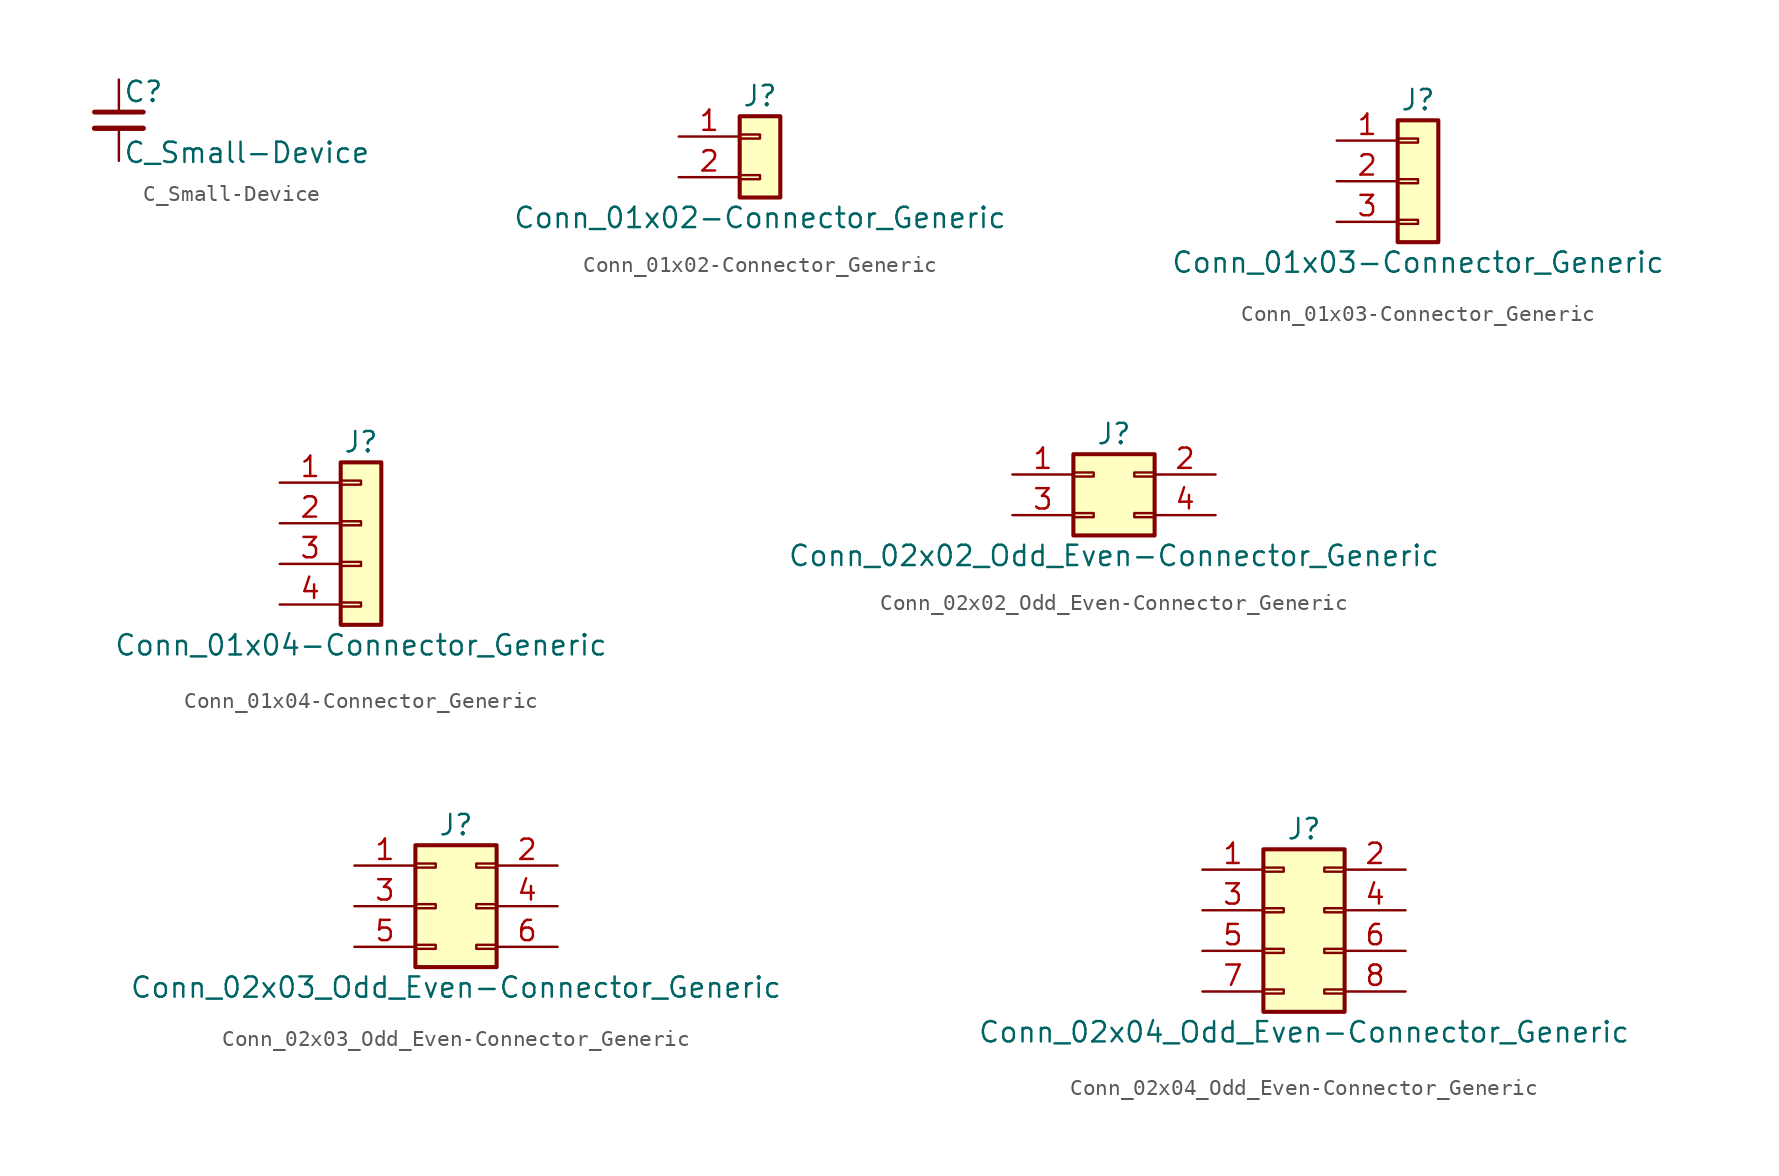
<source format=kicad_sym>
(kicad_symbol_lib
  (version 20210619)
  (generator kicad_symbol_editor)
  (symbol "ads131:C_Small-Device"
    (pin_numbers hide)
    (pin_names
      (offset 0.254) hide)
    (property "Reference" "C"
      (at 0.254 1.778 0)
      (effects (font (size 1.27 1.27)) (justify left)))
    (property "Value" "C_Small-Device"
      (at 0.254 -2.032 0)
      (effects (font (size 1.27 1.27)) (justify left)))
    (symbol "C_Small-Device_0_1"
      (polyline (pts (xy -1.524 -0.508) (xy 1.524 -0.508)) (stroke (width 0.33)) (fill (type none)))
      (polyline (pts (xy -1.524 0.508) (xy 1.524 0.508)) (stroke (width 0.305)) (fill (type none))))
    (symbol "C_Small-Device_1_1"
      (pin passive line (at 0 2.54 270) (length 2.032) (name "~" (effects (font (size 1.27 1.27)))) (number "1" (effects (font (size 1.27 1.27)))))
      (pin passive line (at 0 -2.54 90) (length 2.032) (name "~" (effects (font (size 1.27 1.27)))) (number "2" (effects (font (size 1.27 1.27)))))))
  (symbol "ads131:Conn_01x02-Connector_Generic"
    (pin_names
      (offset 1.016) hide)
    (property "Reference" "J"
      (at 0 2.54 0)
      (effects (font (size 1.27 1.27))))
    (property "Value" "Conn_01x02-Connector_Generic"
      (at 0 -5.08 0)
      (effects (font (size 1.27 1.27))))
    (symbol "Conn_01x02-Connector_Generic_1_1"
      (rectangle (start -1.27 -2.413) (end 0 -2.667) (stroke (width 0.152)) (fill (type none)))
      (rectangle (start -1.27 0.127) (end 0 -0.127) (stroke (width 0.152)) (fill (type none)))
      (rectangle (start -1.27 1.27) (end 1.27 -3.81) (stroke (width 0.254)) (fill (type background)))
      (pin passive line (at -5.08 0 0) (length 3.81) (name "Pin_1" (effects (font (size 1.27 1.27)))) (number "1" (effects (font (size 1.27 1.27)))))
      (pin passive line (at -5.08 -2.54 0) (length 3.81) (name "Pin_2" (effects (font (size 1.27 1.27)))) (number "2" (effects (font (size 1.27 1.27)))))))
  (symbol "ads131:Conn_01x03-Connector_Generic"
    (pin_names
      (offset 1.016) hide)
    (property "Reference" "J"
      (at 0 5.08 0)
      (effects (font (size 1.27 1.27))))
    (property "Value" "Conn_01x03-Connector_Generic"
      (at 0 -5.08 0)
      (effects (font (size 1.27 1.27))))
    (symbol "Conn_01x03-Connector_Generic_1_1"
      (rectangle (start -1.27 -2.413) (end 0 -2.667) (stroke (width 0.152)) (fill (type none)))
      (rectangle (start -1.27 0.127) (end 0 -0.127) (stroke (width 0.152)) (fill (type none)))
      (rectangle (start -1.27 2.667) (end 0 2.413) (stroke (width 0.152)) (fill (type none)))
      (rectangle (start -1.27 3.81) (end 1.27 -3.81) (stroke (width 0.254)) (fill (type background)))
      (pin passive line (at -5.08 2.54 0) (length 3.81) (name "Pin_1" (effects (font (size 1.27 1.27)))) (number "1" (effects (font (size 1.27 1.27)))))
      (pin passive line (at -5.08 0 0) (length 3.81) (name "Pin_2" (effects (font (size 1.27 1.27)))) (number "2" (effects (font (size 1.27 1.27)))))
      (pin passive line (at -5.08 -2.54 0) (length 3.81) (name "Pin_3" (effects (font (size 1.27 1.27)))) (number "3" (effects (font (size 1.27 1.27)))))))
  (symbol "ads131:Conn_01x04-Connector_Generic"
    (pin_names
      (offset 1.016) hide)
    (property "Reference" "J"
      (at 0 5.08 0)
      (effects (font (size 1.27 1.27))))
    (property "Value" "Conn_01x04-Connector_Generic"
      (at 0 -7.62 0)
      (effects (font (size 1.27 1.27))))
    (symbol "Conn_01x04-Connector_Generic_1_1"
      (rectangle (start -1.27 -4.953) (end 0 -5.207) (stroke (width 0.152)) (fill (type none)))
      (rectangle (start -1.27 -2.413) (end 0 -2.667) (stroke (width 0.152)) (fill (type none)))
      (rectangle (start -1.27 0.127) (end 0 -0.127) (stroke (width 0.152)) (fill (type none)))
      (rectangle (start -1.27 2.667) (end 0 2.413) (stroke (width 0.152)) (fill (type none)))
      (rectangle (start -1.27 3.81) (end 1.27 -6.35) (stroke (width 0.254)) (fill (type background)))
      (pin passive line (at -5.08 2.54 0) (length 3.81) (name "Pin_1" (effects (font (size 1.27 1.27)))) (number "1" (effects (font (size 1.27 1.27)))))
      (pin passive line (at -5.08 0 0) (length 3.81) (name "Pin_2" (effects (font (size 1.27 1.27)))) (number "2" (effects (font (size 1.27 1.27)))))
      (pin passive line (at -5.08 -2.54 0) (length 3.81) (name "Pin_3" (effects (font (size 1.27 1.27)))) (number "3" (effects (font (size 1.27 1.27)))))
      (pin passive line (at -5.08 -5.08 0) (length 3.81) (name "Pin_4" (effects (font (size 1.27 1.27)))) (number "4" (effects (font (size 1.27 1.27)))))))
  (symbol "ads131:Conn_02x02_Odd_Even-Connector_Generic"
    (pin_names
      (offset 1.016) hide)
    (property "Reference" "J"
      (at 1.27 2.54 0)
      (effects (font (size 1.27 1.27))))
    (property "Value" "Conn_02x02_Odd_Even-Connector_Generic"
      (at 1.27 -5.08 0)
      (effects (font (size 1.27 1.27))))
    (symbol "Conn_02x02_Odd_Even-Connector_Generic_1_1"
      (rectangle (start -1.27 -2.413) (end 0 -2.667) (stroke (width 0.152)) (fill (type none)))
      (rectangle (start -1.27 0.127) (end 0 -0.127) (stroke (width 0.152)) (fill (type none)))
      (rectangle (start 3.81 -2.413) (end 2.54 -2.667) (stroke (width 0.152)) (fill (type none)))
      (rectangle (start 3.81 0.127) (end 2.54 -0.127) (stroke (width 0.152)) (fill (type none)))
      (rectangle (start -1.27 1.27) (end 3.81 -3.81) (stroke (width 0.254)) (fill (type background)))
      (pin passive line (at -5.08 0 0) (length 3.81) (name "Pin_1" (effects (font (size 1.27 1.27)))) (number "1" (effects (font (size 1.27 1.27)))))
      (pin passive line (at 7.62 0 180) (length 3.81) (name "Pin_2" (effects (font (size 1.27 1.27)))) (number "2" (effects (font (size 1.27 1.27)))))
      (pin passive line (at -5.08 -2.54 0) (length 3.81) (name "Pin_3" (effects (font (size 1.27 1.27)))) (number "3" (effects (font (size 1.27 1.27)))))
      (pin passive line (at 7.62 -2.54 180) (length 3.81) (name "Pin_4" (effects (font (size 1.27 1.27)))) (number "4" (effects (font (size 1.27 1.27)))))))
  (symbol "ads131:Conn_02x03_Odd_Even-Connector_Generic"
    (pin_names
      (offset 1.016) hide)
    (property "Reference" "J"
      (at 1.27 5.08 0)
      (effects (font (size 1.27 1.27))))
    (property "Value" "Conn_02x03_Odd_Even-Connector_Generic"
      (at 1.27 -5.08 0)
      (effects (font (size 1.27 1.27))))
    (symbol "Conn_02x03_Odd_Even-Connector_Generic_1_1"
      (rectangle (start -1.27 -2.413) (end 0 -2.667) (stroke (width 0.152)) (fill (type none)))
      (rectangle (start -1.27 0.127) (end 0 -0.127) (stroke (width 0.152)) (fill (type none)))
      (rectangle (start -1.27 2.667) (end 0 2.413) (stroke (width 0.152)) (fill (type none)))
      (rectangle (start 3.81 -2.413) (end 2.54 -2.667) (stroke (width 0.152)) (fill (type none)))
      (rectangle (start 3.81 0.127) (end 2.54 -0.127) (stroke (width 0.152)) (fill (type none)))
      (rectangle (start 3.81 2.667) (end 2.54 2.413) (stroke (width 0.152)) (fill (type none)))
      (rectangle (start -1.27 3.81) (end 3.81 -3.81) (stroke (width 0.254)) (fill (type background)))
      (pin passive line (at -5.08 2.54 0) (length 3.81) (name "Pin_1" (effects (font (size 1.27 1.27)))) (number "1" (effects (font (size 1.27 1.27)))))
      (pin passive line (at 7.62 2.54 180) (length 3.81) (name "Pin_2" (effects (font (size 1.27 1.27)))) (number "2" (effects (font (size 1.27 1.27)))))
      (pin passive line (at -5.08 0 0) (length 3.81) (name "Pin_3" (effects (font (size 1.27 1.27)))) (number "3" (effects (font (size 1.27 1.27)))))
      (pin passive line (at 7.62 0 180) (length 3.81) (name "Pin_4" (effects (font (size 1.27 1.27)))) (number "4" (effects (font (size 1.27 1.27)))))
      (pin passive line (at -5.08 -2.54 0) (length 3.81) (name "Pin_5" (effects (font (size 1.27 1.27)))) (number "5" (effects (font (size 1.27 1.27)))))
      (pin passive line (at 7.62 -2.54 180) (length 3.81) (name "Pin_6" (effects (font (size 1.27 1.27)))) (number "6" (effects (font (size 1.27 1.27)))))))
  (symbol "ads131:Conn_02x04_Odd_Even-Connector_Generic"
    (pin_names
      (offset 1.016) hide)
    (property "Reference" "J"
      (at 1.27 5.08 0)
      (effects (font (size 1.27 1.27))))
    (property "Value" "Conn_02x04_Odd_Even-Connector_Generic"
      (at 1.27 -7.62 0)
      (effects (font (size 1.27 1.27))))
    (symbol "Conn_02x04_Odd_Even-Connector_Generic_1_1"
      (rectangle (start -1.27 -4.953) (end 0 -5.207) (stroke (width 0.152)) (fill (type none)))
      (rectangle (start -1.27 -2.413) (end 0 -2.667) (stroke (width 0.152)) (fill (type none)))
      (rectangle (start -1.27 0.127) (end 0 -0.127) (stroke (width 0.152)) (fill (type none)))
      (rectangle (start -1.27 2.667) (end 0 2.413) (stroke (width 0.152)) (fill (type none)))
      (rectangle (start 3.81 -4.953) (end 2.54 -5.207) (stroke (width 0.152)) (fill (type none)))
      (rectangle (start 3.81 -2.413) (end 2.54 -2.667) (stroke (width 0.152)) (fill (type none)))
      (rectangle (start 3.81 0.127) (end 2.54 -0.127) (stroke (width 0.152)) (fill (type none)))
      (rectangle (start 3.81 2.667) (end 2.54 2.413) (stroke (width 0.152)) (fill (type none)))
      (rectangle (start -1.27 3.81) (end 3.81 -6.35) (stroke (width 0.254)) (fill (type background)))
      (pin passive line (at -5.08 2.54 0) (length 3.81) (name "Pin_1" (effects (font (size 1.27 1.27)))) (number "1" (effects (font (size 1.27 1.27)))))
      (pin passive line (at 7.62 2.54 180) (length 3.81) (name "Pin_2" (effects (font (size 1.27 1.27)))) (number "2" (effects (font (size 1.27 1.27)))))
      (pin passive line (at -5.08 0 0) (length 3.81) (name "Pin_3" (effects (font (size 1.27 1.27)))) (number "3" (effects (font (size 1.27 1.27)))))
      (pin passive line (at 7.62 0 180) (length 3.81) (name "Pin_4" (effects (font (size 1.27 1.27)))) (number "4" (effects (font (size 1.27 1.27)))))
      (pin passive line (at -5.08 -2.54 0) (length 3.81) (name "Pin_5" (effects (font (size 1.27 1.27)))) (number "5" (effects (font (size 1.27 1.27)))))
      (pin passive line (at 7.62 -2.54 180) (length 3.81) (name "Pin_6" (effects (font (size 1.27 1.27)))) (number "6" (effects (font (size 1.27 1.27)))))
      (pin passive line (at -5.08 -5.08 0) (length 3.81) (name "Pin_7" (effects (font (size 1.27 1.27)))) (number "7" (effects (font (size 1.27 1.27)))))
      (pin passive line (at 7.62 -5.08 180) (length 3.81) (name "Pin_8" (effects (font (size 1.27 1.27)))) (number "8" (effects (font (size 1.27 1.27))))))))
</source>
